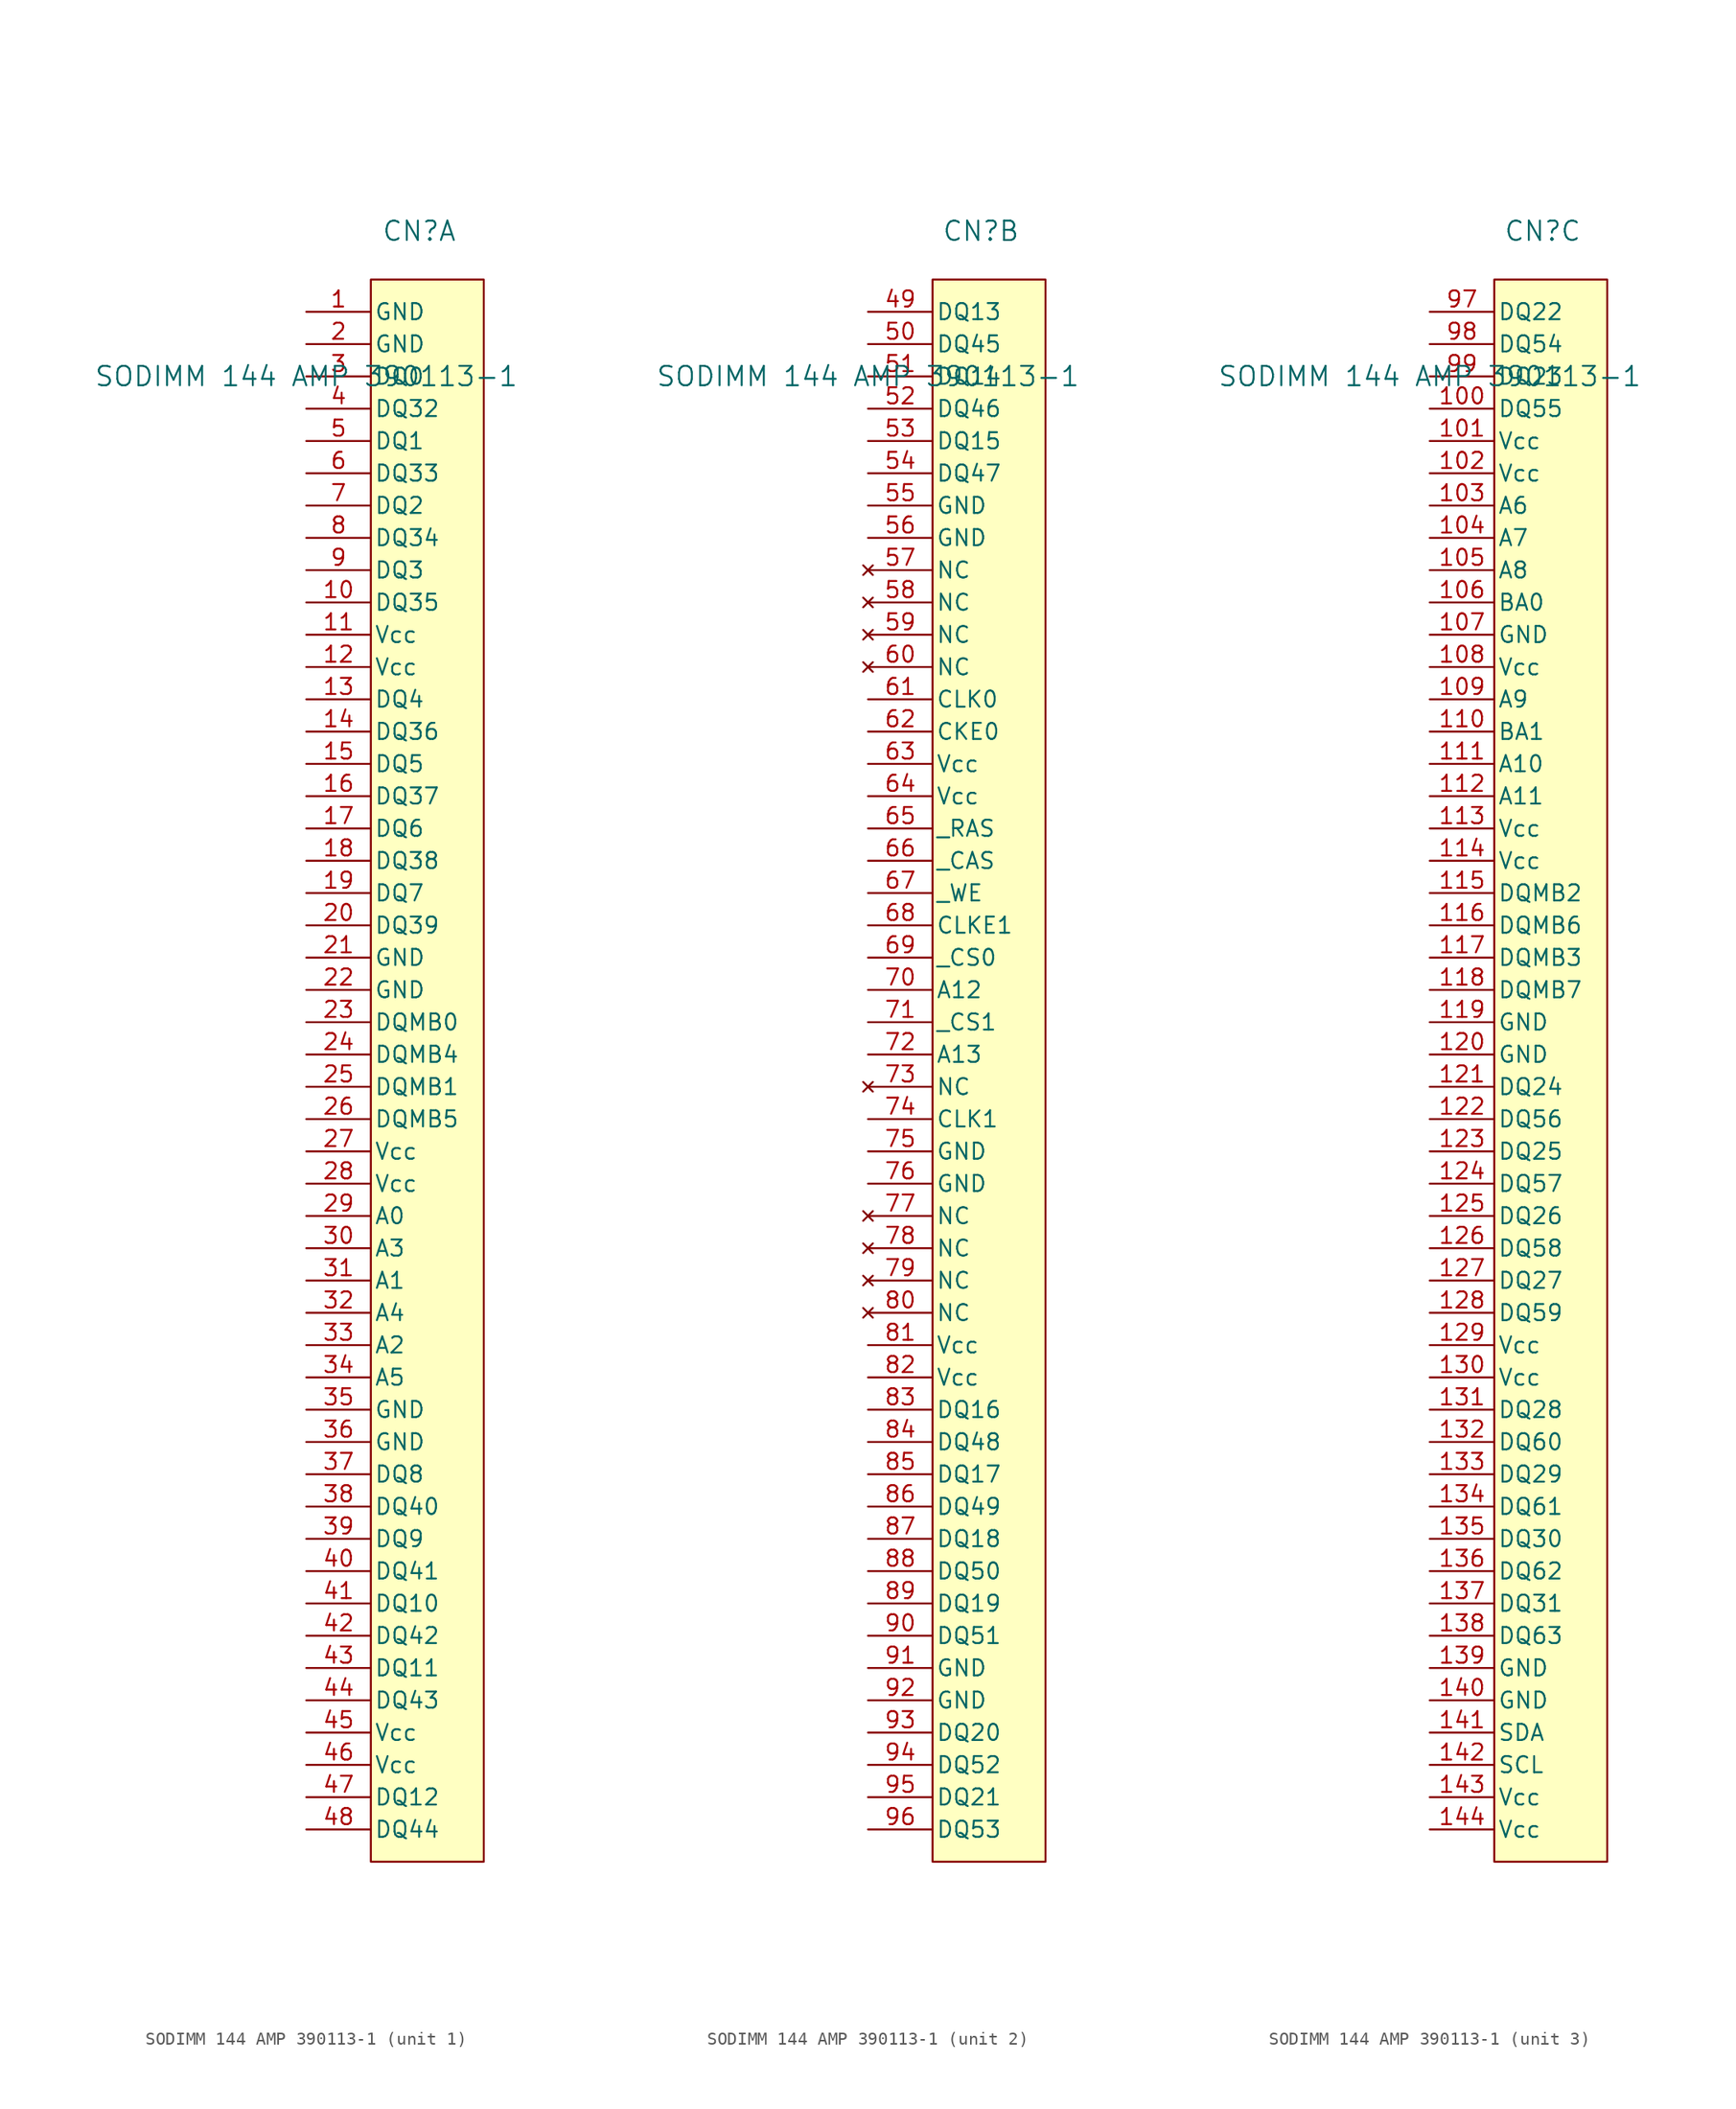
<source format=kicad_sym>
(kicad_symbol_lib
  (version 20231120)
  (generator "kicad_symbol_editor")
  (generator_version "8.0")
  (symbol "SODIMM 144 AMP 390113-1"
    (pin_names
      (offset 0.254))
    (property "Reference" "CN"
      (at 3.81 63.5 0)
      (effects (font (size 1.524 1.524))))
    (property "Value" "SODIMM 144 AMP 390113-1"
      (at -5.08 52.07 0)
      (effects (font (size 1.524 1.524))))
    (property "ki_locked" ""
      (at 0 0 0)
      (effects (font (size 1.27 1.27))))
    (symbol "SODIMM 144 AMP 390113-1_1_1"
      (rectangle (start 0 59.69) (end 8.89 -64.77) (stroke (width 0) (type default)) (fill (type background)))
      (pin power_in line (at -5.08 57.15 0) (length 5.08) (name "GND" (effects (font (size 1.27 1.27)))) (number "1" (effects (font (size 1.27 1.27)))))
      (pin bidirectional line (at -5.08 34.29 0) (length 5.08) (name "DQ35" (effects (font (size 1.27 1.27)))) (number "10" (effects (font (size 1.27 1.27)))))
      (pin power_in line (at -5.08 31.75 0) (length 5.08) (name "Vcc" (effects (font (size 1.27 1.27)))) (number "11" (effects (font (size 1.27 1.27)))))
      (pin power_in line (at -5.08 29.21 0) (length 5.08) (name "Vcc" (effects (font (size 1.27 1.27)))) (number "12" (effects (font (size 1.27 1.27)))))
      (pin bidirectional line (at -5.08 26.67 0) (length 5.08) (name "DQ4" (effects (font (size 1.27 1.27)))) (number "13" (effects (font (size 1.27 1.27)))))
      (pin bidirectional line (at -5.08 24.13 0) (length 5.08) (name "DQ36" (effects (font (size 1.27 1.27)))) (number "14" (effects (font (size 1.27 1.27)))))
      (pin bidirectional line (at -5.08 21.59 0) (length 5.08) (name "DQ5" (effects (font (size 1.27 1.27)))) (number "15" (effects (font (size 1.27 1.27)))))
      (pin bidirectional line (at -5.08 19.05 0) (length 5.08) (name "DQ37" (effects (font (size 1.27 1.27)))) (number "16" (effects (font (size 1.27 1.27)))))
      (pin bidirectional line (at -5.08 16.51 0) (length 5.08) (name "DQ6" (effects (font (size 1.27 1.27)))) (number "17" (effects (font (size 1.27 1.27)))))
      (pin bidirectional line (at -5.08 13.97 0) (length 5.08) (name "DQ38" (effects (font (size 1.27 1.27)))) (number "18" (effects (font (size 1.27 1.27)))))
      (pin bidirectional line (at -5.08 11.43 0) (length 5.08) (name "DQ7" (effects (font (size 1.27 1.27)))) (number "19" (effects (font (size 1.27 1.27)))))
      (pin power_in line (at -5.08 54.61 0) (length 5.08) (name "GND" (effects (font (size 1.27 1.27)))) (number "2" (effects (font (size 1.27 1.27)))))
      (pin bidirectional line (at -5.08 8.89 0) (length 5.08) (name "DQ39" (effects (font (size 1.27 1.27)))) (number "20" (effects (font (size 1.27 1.27)))))
      (pin power_in line (at -5.08 6.35 0) (length 5.08) (name "GND" (effects (font (size 1.27 1.27)))) (number "21" (effects (font (size 1.27 1.27)))))
      (pin power_in line (at -5.08 3.81 0) (length 5.08) (name "GND" (effects (font (size 1.27 1.27)))) (number "22" (effects (font (size 1.27 1.27)))))
      (pin input line (at -5.08 1.27 0) (length 5.08) (name "DQMB0" (effects (font (size 1.27 1.27)))) (number "23" (effects (font (size 1.27 1.27)))))
      (pin input line (at -5.08 -1.27 0) (length 5.08) (name "DQMB4" (effects (font (size 1.27 1.27)))) (number "24" (effects (font (size 1.27 1.27)))))
      (pin input line (at -5.08 -3.81 0) (length 5.08) (name "DQMB1" (effects (font (size 1.27 1.27)))) (number "25" (effects (font (size 1.27 1.27)))))
      (pin input line (at -5.08 -6.35 0) (length 5.08) (name "DQMB5" (effects (font (size 1.27 1.27)))) (number "26" (effects (font (size 1.27 1.27)))))
      (pin power_in line (at -5.08 -8.89 0) (length 5.08) (name "Vcc" (effects (font (size 1.27 1.27)))) (number "27" (effects (font (size 1.27 1.27)))))
      (pin power_in line (at -5.08 -11.43 0) (length 5.08) (name "Vcc" (effects (font (size 1.27 1.27)))) (number "28" (effects (font (size 1.27 1.27)))))
      (pin input line (at -5.08 -13.97 0) (length 5.08) (name "A0" (effects (font (size 1.27 1.27)))) (number "29" (effects (font (size 1.27 1.27)))))
      (pin bidirectional line (at -5.08 52.07 0) (length 5.08) (name "DQ0" (effects (font (size 1.27 1.27)))) (number "3" (effects (font (size 1.27 1.27)))))
      (pin input line (at -5.08 -16.51 0) (length 5.08) (name "A3" (effects (font (size 1.27 1.27)))) (number "30" (effects (font (size 1.27 1.27)))))
      (pin input line (at -5.08 -19.05 0) (length 5.08) (name "A1" (effects (font (size 1.27 1.27)))) (number "31" (effects (font (size 1.27 1.27)))))
      (pin input line (at -5.08 -21.59 0) (length 5.08) (name "A4" (effects (font (size 1.27 1.27)))) (number "32" (effects (font (size 1.27 1.27)))))
      (pin input line (at -5.08 -24.13 0) (length 5.08) (name "A2" (effects (font (size 1.27 1.27)))) (number "33" (effects (font (size 1.27 1.27)))))
      (pin input line (at -5.08 -26.67 0) (length 5.08) (name "A5" (effects (font (size 1.27 1.27)))) (number "34" (effects (font (size 1.27 1.27)))))
      (pin power_in line (at -5.08 -29.21 0) (length 5.08) (name "GND" (effects (font (size 1.27 1.27)))) (number "35" (effects (font (size 1.27 1.27)))))
      (pin power_in line (at -5.08 -31.75 0) (length 5.08) (name "GND" (effects (font (size 1.27 1.27)))) (number "36" (effects (font (size 1.27 1.27)))))
      (pin bidirectional line (at -5.08 -34.29 0) (length 5.08) (name "DQ8" (effects (font (size 1.27 1.27)))) (number "37" (effects (font (size 1.27 1.27)))))
      (pin bidirectional line (at -5.08 -36.83 0) (length 5.08) (name "DQ40" (effects (font (size 1.27 1.27)))) (number "38" (effects (font (size 1.27 1.27)))))
      (pin bidirectional line (at -5.08 -39.37 0) (length 5.08) (name "DQ9" (effects (font (size 1.27 1.27)))) (number "39" (effects (font (size 1.27 1.27)))))
      (pin bidirectional line (at -5.08 49.53 0) (length 5.08) (name "DQ32" (effects (font (size 1.27 1.27)))) (number "4" (effects (font (size 1.27 1.27)))))
      (pin bidirectional line (at -5.08 -41.91 0) (length 5.08) (name "DQ41" (effects (font (size 1.27 1.27)))) (number "40" (effects (font (size 1.27 1.27)))))
      (pin bidirectional line (at -5.08 -44.45 0) (length 5.08) (name "DQ10" (effects (font (size 1.27 1.27)))) (number "41" (effects (font (size 1.27 1.27)))))
      (pin bidirectional line (at -5.08 -46.99 0) (length 5.08) (name "DQ42" (effects (font (size 1.27 1.27)))) (number "42" (effects (font (size 1.27 1.27)))))
      (pin bidirectional line (at -5.08 -49.53 0) (length 5.08) (name "DQ11" (effects (font (size 1.27 1.27)))) (number "43" (effects (font (size 1.27 1.27)))))
      (pin bidirectional line (at -5.08 -52.07 0) (length 5.08) (name "DQ43" (effects (font (size 1.27 1.27)))) (number "44" (effects (font (size 1.27 1.27)))))
      (pin power_in line (at -5.08 -54.61 0) (length 5.08) (name "Vcc" (effects (font (size 1.27 1.27)))) (number "45" (effects (font (size 1.27 1.27)))))
      (pin power_in line (at -5.08 -57.15 0) (length 5.08) (name "Vcc" (effects (font (size 1.27 1.27)))) (number "46" (effects (font (size 1.27 1.27)))))
      (pin bidirectional line (at -5.08 -59.69 0) (length 5.08) (name "DQ12" (effects (font (size 1.27 1.27)))) (number "47" (effects (font (size 1.27 1.27)))))
      (pin bidirectional line (at -5.08 -62.23 0) (length 5.08) (name "DQ44" (effects (font (size 1.27 1.27)))) (number "48" (effects (font (size 1.27 1.27)))))
      (pin bidirectional line (at -5.08 46.99 0) (length 5.08) (name "DQ1" (effects (font (size 1.27 1.27)))) (number "5" (effects (font (size 1.27 1.27)))))
      (pin bidirectional line (at -5.08 44.45 0) (length 5.08) (name "DQ33" (effects (font (size 1.27 1.27)))) (number "6" (effects (font (size 1.27 1.27)))))
      (pin bidirectional line (at -5.08 41.91 0) (length 5.08) (name "DQ2" (effects (font (size 1.27 1.27)))) (number "7" (effects (font (size 1.27 1.27)))))
      (pin bidirectional line (at -5.08 39.37 0) (length 5.08) (name "DQ34" (effects (font (size 1.27 1.27)))) (number "8" (effects (font (size 1.27 1.27)))))
      (pin bidirectional line (at -5.08 36.83 0) (length 5.08) (name "DQ3" (effects (font (size 1.27 1.27)))) (number "9" (effects (font (size 1.27 1.27))))))
    (symbol "SODIMM 144 AMP 390113-1_2_1"
      (rectangle (start 0 59.69) (end 8.89 -64.77) (stroke (width 0) (type default)) (fill (type background)))
      (pin bidirectional line (at -5.08 57.15 0) (length 5.08) (name "DQ13" (effects (font (size 1.27 1.27)))) (number "49" (effects (font (size 1.27 1.27)))))
      (pin bidirectional line (at -5.08 54.61 0) (length 5.08) (name "DQ45" (effects (font (size 1.27 1.27)))) (number "50" (effects (font (size 1.27 1.27)))))
      (pin bidirectional line (at -5.08 52.07 0) (length 5.08) (name "DQ14" (effects (font (size 1.27 1.27)))) (number "51" (effects (font (size 1.27 1.27)))))
      (pin bidirectional line (at -5.08 49.53 0) (length 5.08) (name "DQ46" (effects (font (size 1.27 1.27)))) (number "52" (effects (font (size 1.27 1.27)))))
      (pin bidirectional line (at -5.08 46.99 0) (length 5.08) (name "DQ15" (effects (font (size 1.27 1.27)))) (number "53" (effects (font (size 1.27 1.27)))))
      (pin bidirectional line (at -5.08 44.45 0) (length 5.08) (name "DQ47" (effects (font (size 1.27 1.27)))) (number "54" (effects (font (size 1.27 1.27)))))
      (pin power_in line (at -5.08 41.91 0) (length 5.08) (name "GND" (effects (font (size 1.27 1.27)))) (number "55" (effects (font (size 1.27 1.27)))))
      (pin power_in line (at -5.08 39.37 0) (length 5.08) (name "GND" (effects (font (size 1.27 1.27)))) (number "56" (effects (font (size 1.27 1.27)))))
      (pin no_connect line (at -5.08 36.83 0) (length 5.08) (name "NC" (effects (font (size 1.27 1.27)))) (number "57" (effects (font (size 1.27 1.27)))))
      (pin no_connect line (at -5.08 34.29 0) (length 5.08) (name "NC" (effects (font (size 1.27 1.27)))) (number "58" (effects (font (size 1.27 1.27)))))
      (pin no_connect line (at -5.08 31.75 0) (length 5.08) (name "NC" (effects (font (size 1.27 1.27)))) (number "59" (effects (font (size 1.27 1.27)))))
      (pin no_connect line (at -5.08 29.21 0) (length 5.08) (name "NC" (effects (font (size 1.27 1.27)))) (number "60" (effects (font (size 1.27 1.27)))))
      (pin power_in line (at -5.08 26.67 0) (length 5.08) (name "CLK0" (effects (font (size 1.27 1.27)))) (number "61" (effects (font (size 1.27 1.27)))))
      (pin input line (at -5.08 24.13 0) (length 5.08) (name "CKE0" (effects (font (size 1.27 1.27)))) (number "62" (effects (font (size 1.27 1.27)))))
      (pin power_in line (at -5.08 21.59 0) (length 5.08) (name "Vcc" (effects (font (size 1.27 1.27)))) (number "63" (effects (font (size 1.27 1.27)))))
      (pin power_in line (at -5.08 19.05 0) (length 5.08) (name "Vcc" (effects (font (size 1.27 1.27)))) (number "64" (effects (font (size 1.27 1.27)))))
      (pin input line (at -5.08 16.51 0) (length 5.08) (name "_RAS" (effects (font (size 1.27 1.27)))) (number "65" (effects (font (size 1.27 1.27)))))
      (pin input line (at -5.08 13.97 0) (length 5.08) (name "_CAS" (effects (font (size 1.27 1.27)))) (number "66" (effects (font (size 1.27 1.27)))))
      (pin input line (at -5.08 11.43 0) (length 5.08) (name "_WE" (effects (font (size 1.27 1.27)))) (number "67" (effects (font (size 1.27 1.27)))))
      (pin input line (at -5.08 8.89 0) (length 5.08) (name "CLKE1" (effects (font (size 1.27 1.27)))) (number "68" (effects (font (size 1.27 1.27)))))
      (pin input line (at -5.08 6.35 0) (length 5.08) (name "_CS0" (effects (font (size 1.27 1.27)))) (number "69" (effects (font (size 1.27 1.27)))))
      (pin input line (at -5.08 3.81 0) (length 5.08) (name "A12" (effects (font (size 1.27 1.27)))) (number "70" (effects (font (size 1.27 1.27)))))
      (pin input line (at -5.08 1.27 0) (length 5.08) (name "_CS1" (effects (font (size 1.27 1.27)))) (number "71" (effects (font (size 1.27 1.27)))))
      (pin input line (at -5.08 -1.27 0) (length 5.08) (name "A13" (effects (font (size 1.27 1.27)))) (number "72" (effects (font (size 1.27 1.27)))))
      (pin no_connect line (at -5.08 -3.81 0) (length 5.08) (name "NC" (effects (font (size 1.27 1.27)))) (number "73" (effects (font (size 1.27 1.27)))))
      (pin bidirectional line (at -5.08 -6.35 0) (length 5.08) (name "CLK1" (effects (font (size 1.27 1.27)))) (number "74" (effects (font (size 1.27 1.27)))))
      (pin power_in line (at -5.08 -8.89 0) (length 5.08) (name "GND" (effects (font (size 1.27 1.27)))) (number "75" (effects (font (size 1.27 1.27)))))
      (pin power_in line (at -5.08 -11.43 0) (length 5.08) (name "GND" (effects (font (size 1.27 1.27)))) (number "76" (effects (font (size 1.27 1.27)))))
      (pin no_connect line (at -5.08 -13.97 0) (length 5.08) (name "NC" (effects (font (size 1.27 1.27)))) (number "77" (effects (font (size 1.27 1.27)))))
      (pin no_connect line (at -5.08 -16.51 0) (length 5.08) (name "NC" (effects (font (size 1.27 1.27)))) (number "78" (effects (font (size 1.27 1.27)))))
      (pin no_connect line (at -5.08 -19.05 0) (length 5.08) (name "NC" (effects (font (size 1.27 1.27)))) (number "79" (effects (font (size 1.27 1.27)))))
      (pin no_connect line (at -5.08 -21.59 0) (length 5.08) (name "NC" (effects (font (size 1.27 1.27)))) (number "80" (effects (font (size 1.27 1.27)))))
      (pin power_in line (at -5.08 -24.13 0) (length 5.08) (name "Vcc" (effects (font (size 1.27 1.27)))) (number "81" (effects (font (size 1.27 1.27)))))
      (pin power_in line (at -5.08 -26.67 0) (length 5.08) (name "Vcc" (effects (font (size 1.27 1.27)))) (number "82" (effects (font (size 1.27 1.27)))))
      (pin bidirectional line (at -5.08 -29.21 0) (length 5.08) (name "DQ16" (effects (font (size 1.27 1.27)))) (number "83" (effects (font (size 1.27 1.27)))))
      (pin bidirectional line (at -5.08 -31.75 0) (length 5.08) (name "DQ48" (effects (font (size 1.27 1.27)))) (number "84" (effects (font (size 1.27 1.27)))))
      (pin bidirectional line (at -5.08 -34.29 0) (length 5.08) (name "DQ17" (effects (font (size 1.27 1.27)))) (number "85" (effects (font (size 1.27 1.27)))))
      (pin bidirectional line (at -5.08 -36.83 0) (length 5.08) (name "DQ49" (effects (font (size 1.27 1.27)))) (number "86" (effects (font (size 1.27 1.27)))))
      (pin bidirectional line (at -5.08 -39.37 0) (length 5.08) (name "DQ18" (effects (font (size 1.27 1.27)))) (number "87" (effects (font (size 1.27 1.27)))))
      (pin bidirectional line (at -5.08 -41.91 0) (length 5.08) (name "DQ50" (effects (font (size 1.27 1.27)))) (number "88" (effects (font (size 1.27 1.27)))))
      (pin bidirectional line (at -5.08 -44.45 0) (length 5.08) (name "DQ19" (effects (font (size 1.27 1.27)))) (number "89" (effects (font (size 1.27 1.27)))))
      (pin bidirectional line (at -5.08 -46.99 0) (length 5.08) (name "DQ51" (effects (font (size 1.27 1.27)))) (number "90" (effects (font (size 1.27 1.27)))))
      (pin power_in line (at -5.08 -49.53 0) (length 5.08) (name "GND" (effects (font (size 1.27 1.27)))) (number "91" (effects (font (size 1.27 1.27)))))
      (pin power_in line (at -5.08 -52.07 0) (length 5.08) (name "GND" (effects (font (size 1.27 1.27)))) (number "92" (effects (font (size 1.27 1.27)))))
      (pin bidirectional line (at -5.08 -54.61 0) (length 5.08) (name "DQ20" (effects (font (size 1.27 1.27)))) (number "93" (effects (font (size 1.27 1.27)))))
      (pin bidirectional line (at -5.08 -57.15 0) (length 5.08) (name "DQ52" (effects (font (size 1.27 1.27)))) (number "94" (effects (font (size 1.27 1.27)))))
      (pin bidirectional line (at -5.08 -59.69 0) (length 5.08) (name "DQ21" (effects (font (size 1.27 1.27)))) (number "95" (effects (font (size 1.27 1.27)))))
      (pin bidirectional line (at -5.08 -62.23 0) (length 5.08) (name "DQ53" (effects (font (size 1.27 1.27)))) (number "96" (effects (font (size 1.27 1.27))))))
    (symbol "SODIMM 144 AMP 390113-1_3_1"
      (rectangle (start 0 59.69) (end 8.89 -64.77) (stroke (width 0) (type default)) (fill (type background)))
      (pin bidirectional line (at -5.08 49.53 0) (length 5.08) (name "DQ55" (effects (font (size 1.27 1.27)))) (number "100" (effects (font (size 1.27 1.27)))))
      (pin power_in line (at -5.08 46.99 0) (length 5.08) (name "Vcc" (effects (font (size 1.27 1.27)))) (number "101" (effects (font (size 1.27 1.27)))))
      (pin power_in line (at -5.08 44.45 0) (length 5.08) (name "Vcc" (effects (font (size 1.27 1.27)))) (number "102" (effects (font (size 1.27 1.27)))))
      (pin input line (at -5.08 41.91 0) (length 5.08) (name "A6" (effects (font (size 1.27 1.27)))) (number "103" (effects (font (size 1.27 1.27)))))
      (pin input line (at -5.08 39.37 0) (length 5.08) (name "A7" (effects (font (size 1.27 1.27)))) (number "104" (effects (font (size 1.27 1.27)))))
      (pin input line (at -5.08 36.83 0) (length 5.08) (name "A8" (effects (font (size 1.27 1.27)))) (number "105" (effects (font (size 1.27 1.27)))))
      (pin input line (at -5.08 34.29 0) (length 5.08) (name "BA0" (effects (font (size 1.27 1.27)))) (number "106" (effects (font (size 1.27 1.27)))))
      (pin power_in line (at -5.08 31.75 0) (length 5.08) (name "GND" (effects (font (size 1.27 1.27)))) (number "107" (effects (font (size 1.27 1.27)))))
      (pin power_in line (at -5.08 29.21 0) (length 5.08) (name "Vcc" (effects (font (size 1.27 1.27)))) (number "108" (effects (font (size 1.27 1.27)))))
      (pin input line (at -5.08 26.67 0) (length 5.08) (name "A9" (effects (font (size 1.27 1.27)))) (number "109" (effects (font (size 1.27 1.27)))))
      (pin input line (at -5.08 24.13 0) (length 5.08) (name "BA1" (effects (font (size 1.27 1.27)))) (number "110" (effects (font (size 1.27 1.27)))))
      (pin input line (at -5.08 21.59 0) (length 5.08) (name "A10" (effects (font (size 1.27 1.27)))) (number "111" (effects (font (size 1.27 1.27)))))
      (pin input line (at -5.08 19.05 0) (length 5.08) (name "A11" (effects (font (size 1.27 1.27)))) (number "112" (effects (font (size 1.27 1.27)))))
      (pin power_in line (at -5.08 16.51 0) (length 5.08) (name "Vcc" (effects (font (size 1.27 1.27)))) (number "113" (effects (font (size 1.27 1.27)))))
      (pin power_in line (at -5.08 13.97 0) (length 5.08) (name "Vcc" (effects (font (size 1.27 1.27)))) (number "114" (effects (font (size 1.27 1.27)))))
      (pin input line (at -5.08 11.43 0) (length 5.08) (name "DQMB2" (effects (font (size 1.27 1.27)))) (number "115" (effects (font (size 1.27 1.27)))))
      (pin input line (at -5.08 8.89 0) (length 5.08) (name "DQMB6" (effects (font (size 1.27 1.27)))) (number "116" (effects (font (size 1.27 1.27)))))
      (pin input line (at -5.08 6.35 0) (length 5.08) (name "DQMB3" (effects (font (size 1.27 1.27)))) (number "117" (effects (font (size 1.27 1.27)))))
      (pin input line (at -5.08 3.81 0) (length 5.08) (name "DQMB7" (effects (font (size 1.27 1.27)))) (number "118" (effects (font (size 1.27 1.27)))))
      (pin power_in line (at -5.08 1.27 0) (length 5.08) (name "GND" (effects (font (size 1.27 1.27)))) (number "119" (effects (font (size 1.27 1.27)))))
      (pin power_in line (at -5.08 -1.27 0) (length 5.08) (name "GND" (effects (font (size 1.27 1.27)))) (number "120" (effects (font (size 1.27 1.27)))))
      (pin bidirectional line (at -5.08 -3.81 0) (length 5.08) (name "DQ24" (effects (font (size 1.27 1.27)))) (number "121" (effects (font (size 1.27 1.27)))))
      (pin bidirectional line (at -5.08 -6.35 0) (length 5.08) (name "DQ56" (effects (font (size 1.27 1.27)))) (number "122" (effects (font (size 1.27 1.27)))))
      (pin bidirectional line (at -5.08 -8.89 0) (length 5.08) (name "DQ25" (effects (font (size 1.27 1.27)))) (number "123" (effects (font (size 1.27 1.27)))))
      (pin bidirectional line (at -5.08 -11.43 0) (length 5.08) (name "DQ57" (effects (font (size 1.27 1.27)))) (number "124" (effects (font (size 1.27 1.27)))))
      (pin bidirectional line (at -5.08 -13.97 0) (length 5.08) (name "DQ26" (effects (font (size 1.27 1.27)))) (number "125" (effects (font (size 1.27 1.27)))))
      (pin bidirectional line (at -5.08 -16.51 0) (length 5.08) (name "DQ58" (effects (font (size 1.27 1.27)))) (number "126" (effects (font (size 1.27 1.27)))))
      (pin bidirectional line (at -5.08 -19.05 0) (length 5.08) (name "DQ27" (effects (font (size 1.27 1.27)))) (number "127" (effects (font (size 1.27 1.27)))))
      (pin bidirectional line (at -5.08 -21.59 0) (length 5.08) (name "DQ59" (effects (font (size 1.27 1.27)))) (number "128" (effects (font (size 1.27 1.27)))))
      (pin power_in line (at -5.08 -24.13 0) (length 5.08) (name "Vcc" (effects (font (size 1.27 1.27)))) (number "129" (effects (font (size 1.27 1.27)))))
      (pin power_in line (at -5.08 -26.67 0) (length 5.08) (name "Vcc" (effects (font (size 1.27 1.27)))) (number "130" (effects (font (size 1.27 1.27)))))
      (pin bidirectional line (at -5.08 -29.21 0) (length 5.08) (name "DQ28" (effects (font (size 1.27 1.27)))) (number "131" (effects (font (size 1.27 1.27)))))
      (pin bidirectional line (at -5.08 -31.75 0) (length 5.08) (name "DQ60" (effects (font (size 1.27 1.27)))) (number "132" (effects (font (size 1.27 1.27)))))
      (pin bidirectional line (at -5.08 -34.29 0) (length 5.08) (name "DQ29" (effects (font (size 1.27 1.27)))) (number "133" (effects (font (size 1.27 1.27)))))
      (pin bidirectional line (at -5.08 -36.83 0) (length 5.08) (name "DQ61" (effects (font (size 1.27 1.27)))) (number "134" (effects (font (size 1.27 1.27)))))
      (pin bidirectional line (at -5.08 -39.37 0) (length 5.08) (name "DQ30" (effects (font (size 1.27 1.27)))) (number "135" (effects (font (size 1.27 1.27)))))
      (pin bidirectional line (at -5.08 -41.91 0) (length 5.08) (name "DQ62" (effects (font (size 1.27 1.27)))) (number "136" (effects (font (size 1.27 1.27)))))
      (pin bidirectional line (at -5.08 -44.45 0) (length 5.08) (name "DQ31" (effects (font (size 1.27 1.27)))) (number "137" (effects (font (size 1.27 1.27)))))
      (pin bidirectional line (at -5.08 -46.99 0) (length 5.08) (name "DQ63" (effects (font (size 1.27 1.27)))) (number "138" (effects (font (size 1.27 1.27)))))
      (pin power_in line (at -5.08 -49.53 0) (length 5.08) (name "GND" (effects (font (size 1.27 1.27)))) (number "139" (effects (font (size 1.27 1.27)))))
      (pin power_in line (at -5.08 -52.07 0) (length 5.08) (name "GND" (effects (font (size 1.27 1.27)))) (number "140" (effects (font (size 1.27 1.27)))))
      (pin bidirectional line (at -5.08 -54.61 0) (length 5.08) (name "SDA" (effects (font (size 1.27 1.27)))) (number "141" (effects (font (size 1.27 1.27)))))
      (pin bidirectional line (at -5.08 -57.15 0) (length 5.08) (name "SCL" (effects (font (size 1.27 1.27)))) (number "142" (effects (font (size 1.27 1.27)))))
      (pin power_in line (at -5.08 -59.69 0) (length 5.08) (name "Vcc" (effects (font (size 1.27 1.27)))) (number "143" (effects (font (size 1.27 1.27)))))
      (pin power_in line (at -5.08 -62.23 0) (length 5.08) (name "Vcc" (effects (font (size 1.27 1.27)))) (number "144" (effects (font (size 1.27 1.27)))))
      (pin bidirectional line (at -5.08 57.15 0) (length 5.08) (name "DQ22" (effects (font (size 1.27 1.27)))) (number "97" (effects (font (size 1.27 1.27)))))
      (pin bidirectional line (at -5.08 54.61 0) (length 5.08) (name "DQ54" (effects (font (size 1.27 1.27)))) (number "98" (effects (font (size 1.27 1.27)))))
      (pin bidirectional line (at -5.08 52.07 0) (length 5.08) (name "DQ23" (effects (font (size 1.27 1.27)))) (number "99" (effects (font (size 1.27 1.27))))))))
</source>
